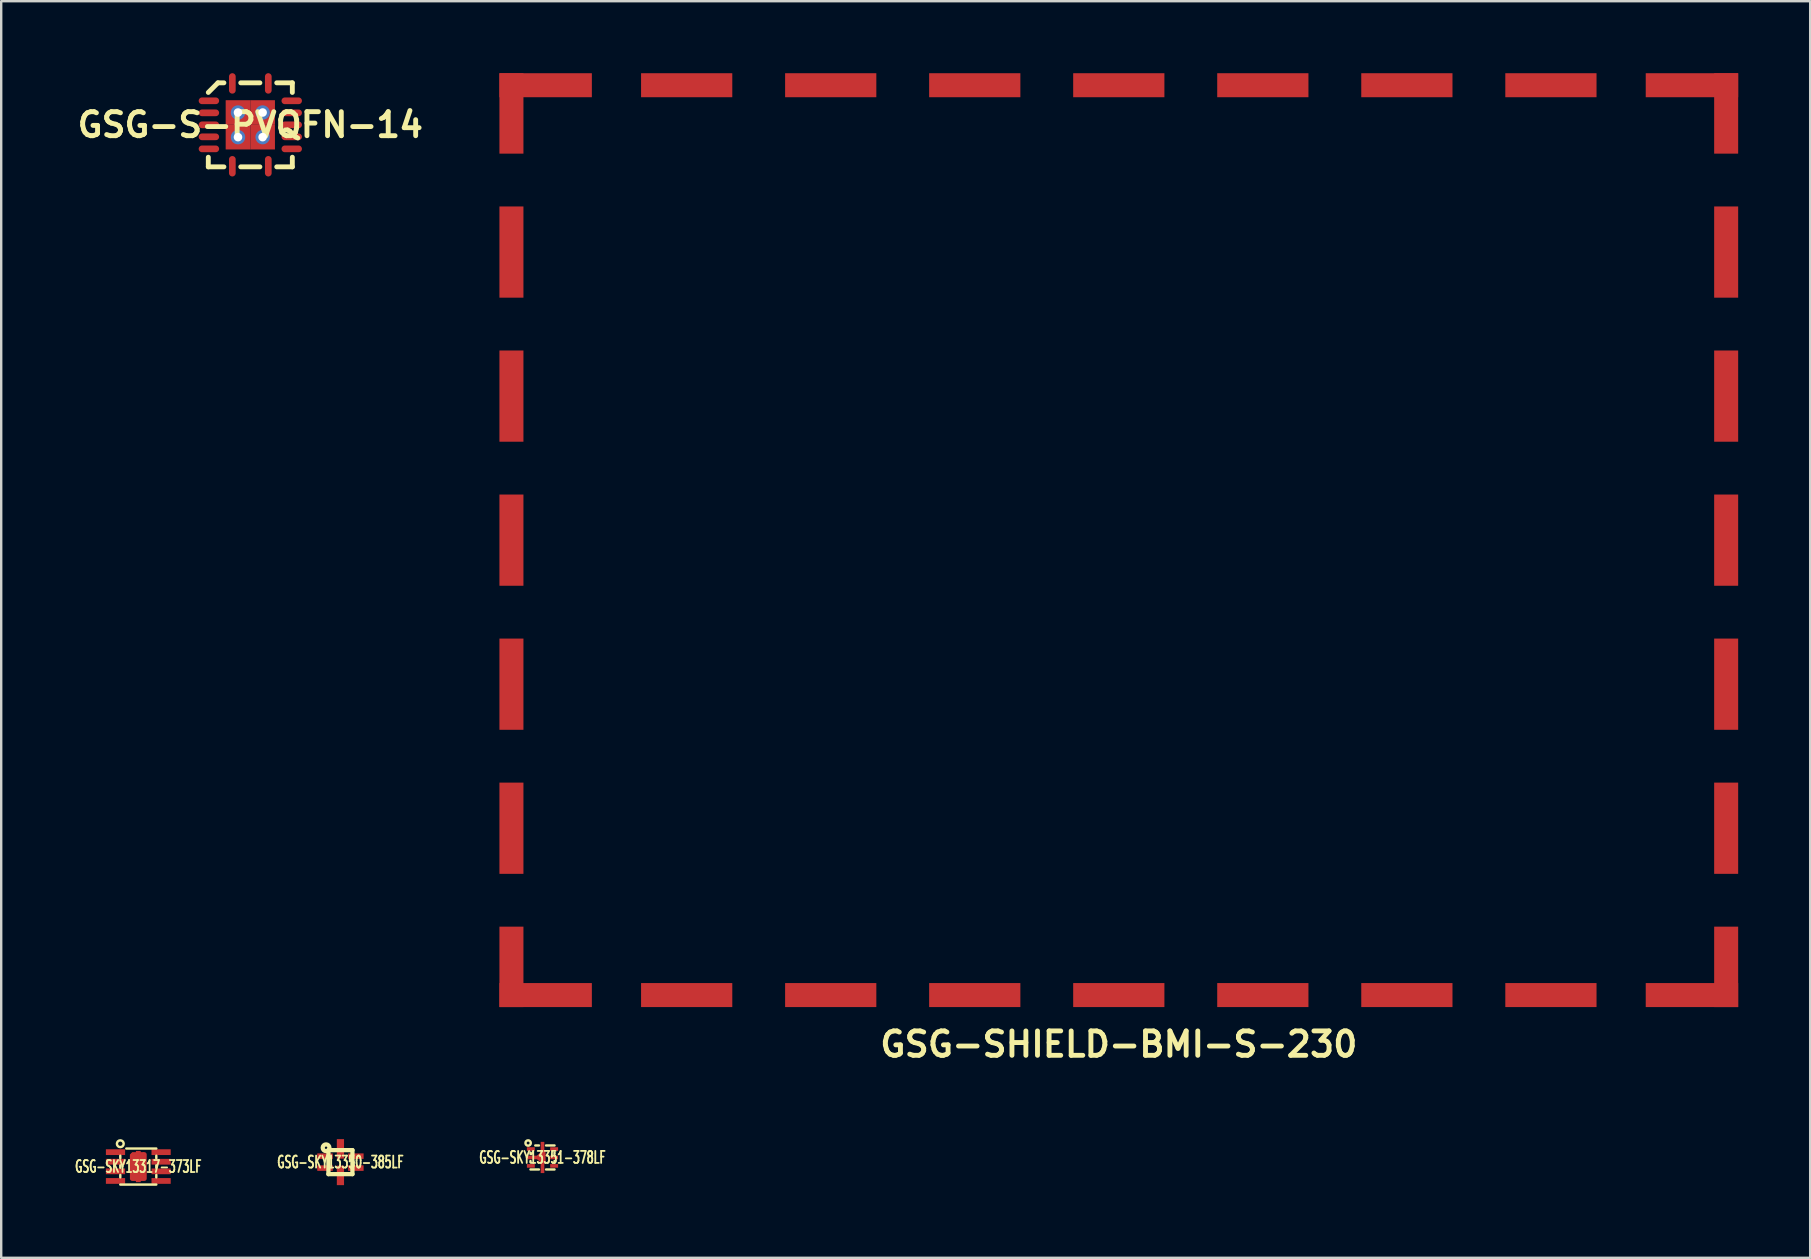
<source format=kicad_pcb>
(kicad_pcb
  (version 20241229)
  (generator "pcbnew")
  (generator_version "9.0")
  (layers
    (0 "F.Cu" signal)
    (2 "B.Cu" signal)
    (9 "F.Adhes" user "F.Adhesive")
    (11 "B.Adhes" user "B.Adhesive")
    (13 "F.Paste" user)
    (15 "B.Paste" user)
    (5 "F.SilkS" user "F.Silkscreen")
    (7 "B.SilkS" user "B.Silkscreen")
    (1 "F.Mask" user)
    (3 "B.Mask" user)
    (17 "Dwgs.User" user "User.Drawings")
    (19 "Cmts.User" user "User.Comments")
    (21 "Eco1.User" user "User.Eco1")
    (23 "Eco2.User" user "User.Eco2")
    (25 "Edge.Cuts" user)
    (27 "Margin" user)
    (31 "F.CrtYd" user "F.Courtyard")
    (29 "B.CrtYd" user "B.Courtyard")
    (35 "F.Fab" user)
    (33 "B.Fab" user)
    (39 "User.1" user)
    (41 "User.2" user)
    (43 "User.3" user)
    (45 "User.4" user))
  (footprint "GSG-SKY13351-378LF"
    (layer "F.Cu")
    (at 19.548 45.165)
    (property "Reference" "GSG-SKY13351-378LF" (at 0 0 0) (layer "F.SilkS") (effects (font (size 0.5 0.3) (thickness 0.076))))
    (attr through_hole)
    (fp_line (start -0.5 -0.201) (end -0.5 -0.15) (stroke (width 0.102) (type solid)) (layer "F.SilkS"))
    (fp_line (start -0.5 0.15) (end -0.5 0.201) (stroke (width 0.102) (type solid)) (layer "F.SilkS"))
    (fp_line (start -0.5 0.5) (end -0.15 0.5) (stroke (width 0.102) (type solid)) (layer "F.SilkS"))
    (fp_line (start -0.15 -0.5) (end -0.3 -0.5) (stroke (width 0.102) (type solid)) (layer "F.SilkS"))
    (fp_line (start 0.15 0.5) (end 0.5 0.5) (stroke (width 0.102) (type solid)) (layer "F.SilkS"))
    (fp_line (start 0.5 -0.5) (end 0.15 -0.5) (stroke (width 0.102) (type solid)) (layer "F.SilkS"))
    (fp_line (start 0.5 -0.15) (end 0.5 -0.201) (stroke (width 0.102) (type solid)) (layer "F.SilkS"))
    (fp_line (start 0.5 0.201) (end 0.5 0.15) (stroke (width 0.102) (type solid)) (layer "F.SilkS"))
    (fp_circle (center -0.599 -0.602) (end -0.5 -0.551) (stroke (width 0.102) (type solid)) (fill no) (layer "F.SilkS"))
    (pad "1" smd rect (at -0.485 -0.351) (size 0.33 0.152) (layers "F.Cu" "F.Mask" "F.Paste"))
    (pad "2" smd rect (at -0.325 0) (size 0.65 0.152) (layers "F.Cu" "F.Mask" "F.Paste"))
    (pad "2" smd oval (at -0.109 -0.089 315) (size 0.15 0.399) (layers "F.Cu" "F.Mask" "F.Paste"))
    (pad "2" smd oval (at -0.099 0.089 45) (size 0.15 0.399) (layers "F.Cu" "F.Mask" "F.Paste"))
    (pad "2" smd rect (at 0 0) (size 0.152 1.3) (layers "F.Cu" "F.Mask" "F.Paste"))
    (pad "2" smd oval (at 0.066 0) (size 0.13 0.5) (layers "F.Cu" "F.Mask" "F.Paste"))
    (pad "3" smd rect (at -0.485 0.351) (size 0.33 0.152) (layers "F.Cu" "F.Mask" "F.Paste"))
    (pad "4" smd rect (at 0.485 0.351) (size 0.33 0.152) (layers "F.Cu" "F.Mask" "F.Paste"))
    (pad "5" smd rect (at 0.485 0) (size 0.33 0.152) (layers "F.Cu" "F.Mask" "F.Paste"))
    (pad "6" smd rect (at 0.485 -0.351) (size 0.33 0.152) (layers "F.Cu" "F.Mask" "F.Paste")))
  (footprint "GSG-SKY13317-373LF"
    (layer "F.Cu")
    (at 2.711 45.543)
    (property "Reference" "GSG-SKY13317-373LF" (at 0 0 0) (layer "F.SilkS") (effects (font (size 0.5 0.3) (thickness 0.076))))
    (attr through_hole)
    (fp_line (start -0.75 -0.35) (end -0.75 -0.45) (stroke (width 0.102) (type solid)) (layer "F.SilkS"))
    (fp_line (start -0.75 0.05) (end -0.75 -0.05) (stroke (width 0.102) (type solid)) (layer "F.SilkS"))
    (fp_line (start -0.75 0.45) (end -0.75 0.35) (stroke (width 0.102) (type solid)) (layer "F.SilkS"))
    (fp_line (start -0.75 0.75) (end 0.75 0.75) (stroke (width 0.102) (type solid)) (layer "F.SilkS"))
    (fp_line (start 0.75 -0.75) (end -0.5 -0.75) (stroke (width 0.102) (type solid)) (layer "F.SilkS"))
    (fp_line (start 0.75 -0.45) (end 0.75 -0.35) (stroke (width 0.102) (type solid)) (layer "F.SilkS"))
    (fp_line (start 0.75 -0.05) (end 0.75 0.05) (stroke (width 0.102) (type solid)) (layer "F.SilkS"))
    (fp_line (start 0.75 0.35) (end 0.75 0.45) (stroke (width 0.102) (type solid)) (layer "F.SilkS"))
    (fp_circle (center -0.75 -0.95) (end -0.65 -0.85) (stroke (width 0.102) (type solid)) (fill no) (layer "F.SilkS"))
    (pad "0" smd rect (at -0.25 -0.425) (size 0.2 0.15) (layers "F.Cu" "F.Mask"))
    (pad "0" smd oval (at -0.25 0.05) (size 0.2 1.1) (layers "F.Cu" "F.Mask"))
    (pad "0" smd rect (at -0.24 -0.49 315) (size 0.171 0.142) (layers "F.Cu" "F.Mask"))
    (pad "0" smd rect (at 0 0) (size 0.2 1.3) (layers "F.Cu" "F.Mask"))
    (pad "0" smd rect (at 0 0) (size 0.5 1.2) (layers "F.Cu" "F.Mask"))
    (pad "0" smd rect (at 0 0) (size 0.6 1.1) (layers "F.Cu" "F.Paste"))
    (pad "0" smd oval (at 0.25 0) (size 0.2 1.2) (layers "F.Cu" "F.Mask"))
    (pad "1" smd rect (at -0.95 -0.6) (size 0.8 0.24) (layers "F.Cu" "F.Mask" "F.Paste"))
    (pad "2" smd rect (at -0.95 -0.2) (size 0.8 0.24) (layers "F.Cu" "F.Mask" "F.Paste"))
    (pad "3" smd rect (at -0.95 0.2) (size 0.8 0.24) (layers "F.Cu" "F.Mask" "F.Paste"))
    (pad "4" smd rect (at -0.95 0.6) (size 0.8 0.24) (layers "F.Cu" "F.Mask" "F.Paste"))
    (pad "5" smd rect (at 0.95 0.6) (size 0.8 0.24) (layers "F.Cu" "F.Mask" "F.Paste"))
    (pad "6" smd rect (at 0.95 0.2) (size 0.8 0.24) (layers "F.Cu" "F.Mask" "F.Paste"))
    (pad "7" smd rect (at 0.95 -0.2) (size 0.8 0.24) (layers "F.Cu" "F.Mask" "F.Paste"))
    (pad "8" smd rect (at 0.95 -0.6) (size 0.8 0.24) (layers "F.Cu" "F.Mask" "F.Paste")))
  (footprint "GSG-SHIELD-BMI-S-230"
    (layer "F.Cu")
    (at 43.554 19.45)
    (property "Reference" "GSG-SHIELD-BMI-S-230" (at 0 21 0) (layer "F.SilkS") (effects (font (size 1.016 1.016) (thickness 0.203))))
    (attr through_hole)
    (pad "0" smd rect (at -25.3 -17.775 90) (size 3.35 1) (layers "F.Cu" "F.Mask"))
    (pad "0" smd rect (at -25.3 -12 90) (size 3.8 1) (layers "F.Cu" "F.Mask"))
    (pad "0" smd rect (at -25.3 -6 90) (size 3.8 1) (layers "F.Cu" "F.Mask"))
    (pad "0" smd rect (at -25.3 0 90) (size 3.8 1) (layers "F.Cu" "F.Mask"))
    (pad "0" smd rect (at -25.3 6 90) (size 3.8 1) (layers "F.Cu" "F.Mask"))
    (pad "0" smd rect (at -25.3 12 90) (size 3.8 1) (layers "F.Cu" "F.Mask"))
    (pad "0" smd rect (at -25.3 17.775 90) (size 3.35 1) (layers "F.Cu" "F.Mask"))
    (pad "0" smd rect (at -23.875 -18.95) (size 3.85 1) (layers "F.Cu" "F.Mask"))
    (pad "0" smd rect (at -23.875 18.95) (size 3.85 1) (layers "F.Cu" "F.Mask"))
    (pad "0" smd rect (at -18 -18.95) (size 3.8 1) (layers "F.Cu" "F.Mask"))
    (pad "0" smd rect (at -18 18.95) (size 3.8 1) (layers "F.Cu" "F.Mask"))
    (pad "0" smd rect (at -12 -18.95) (size 3.8 1) (layers "F.Cu" "F.Mask"))
    (pad "0" smd rect (at -12 18.95) (size 3.8 1) (layers "F.Cu" "F.Mask"))
    (pad "0" smd rect (at -6 -18.95) (size 3.8 1) (layers "F.Cu" "F.Mask"))
    (pad "0" smd rect (at -6 18.95) (size 3.8 1) (layers "F.Cu" "F.Mask"))
    (pad "0" smd rect (at 0 -18.95) (size 3.8 1) (layers "F.Cu" "F.Mask"))
    (pad "0" smd rect (at 0 18.95) (size 3.8 1) (layers "F.Cu" "F.Mask"))
    (pad "0" smd rect (at 6 -18.95) (size 3.8 1) (layers "F.Cu" "F.Mask"))
    (pad "0" smd rect (at 6 18.95) (size 3.8 1) (layers "F.Cu" "F.Mask"))
    (pad "0" smd rect (at 12 -18.95) (size 3.8 1) (layers "F.Cu" "F.Mask"))
    (pad "0" smd rect (at 12 18.95) (size 3.8 1) (layers "F.Cu" "F.Mask"))
    (pad "0" smd rect (at 18 -18.95) (size 3.8 1) (layers "F.Cu" "F.Mask"))
    (pad "0" smd rect (at 18 18.95) (size 3.8 1) (layers "F.Cu" "F.Mask"))
    (pad "0" smd rect (at 23.875 -18.95) (size 3.85 1) (layers "F.Cu" "F.Mask"))
    (pad "0" smd rect (at 23.875 18.95) (size 3.85 1) (layers "F.Cu" "F.Mask"))
    (pad "0" smd rect (at 25.3 -17.775 90) (size 3.35 1) (layers "F.Cu" "F.Mask"))
    (pad "0" smd rect (at 25.3 -12 90) (size 3.8 1) (layers "F.Cu" "F.Mask"))
    (pad "0" smd rect (at 25.3 -6 90) (size 3.8 1) (layers "F.Cu" "F.Mask"))
    (pad "0" smd rect (at 25.3 0 90) (size 3.8 1) (layers "F.Cu" "F.Mask"))
    (pad "0" smd rect (at 25.3 6 90) (size 3.8 1) (layers "F.Cu" "F.Mask"))
    (pad "0" smd rect (at 25.3 12 90) (size 3.8 1) (layers "F.Cu" "F.Mask"))
    (pad "0" smd rect (at 25.3 17.775 90) (size 3.35 1) (layers "F.Cu" "F.Mask")))
  (footprint "GSG-SKY13350-385LF"
    (layer "F.Cu")
    (at 11.131 45.359)
    (property "Reference" "GSG-SKY13350-385LF" (at 0 0 0) (layer "F.SilkS") (effects (font (size 0.5 0.3) (thickness 0.076))))
    (attr through_hole)
    (fp_line (start -0.5 -0.5) (end 0.5 -0.5) (stroke (width 0.178) (type solid)) (layer "F.SilkS"))
    (fp_line (start -0.5 0.5) (end -0.5 -0.5) (stroke (width 0.178) (type solid)) (layer "F.SilkS"))
    (fp_line (start 0.5 -0.5) (end 0.5 0.5) (stroke (width 0.178) (type solid)) (layer "F.SilkS"))
    (fp_line (start 0.5 0.5) (end -0.5 0.5) (stroke (width 0.178) (type solid)) (layer "F.SilkS"))
    (fp_circle (center -0.599 -0.599) (end -0.5 -0.5) (stroke (width 0.178) (type solid)) (fill no) (layer "F.SilkS"))
    (pad "1" smd rect (at -0.643 -0.249) (size 0.645 0.23) (layers "F.Cu" "F.Mask" "F.Paste"))
    (pad "2" smd rect (at -0.643 0.249) (size 0.645 0.23) (layers "F.Cu" "F.Mask" "F.Paste"))
    (pad "3" smd rect (at 0 0.552) (size 0.3 0.813) (layers "F.Cu" "F.Mask" "F.Paste"))
    (pad "4" smd rect (at 0.643 0.249) (size 0.645 0.23) (layers "F.Cu" "F.Mask" "F.Paste"))
    (pad "5" smd rect (at 0.643 -0.249) (size 0.645 0.23) (layers "F.Cu" "F.Mask" "F.Paste"))
    (pad "6" smd rect (at 0 -0.552) (size 0.3 0.813) (layers "F.Cu" "F.Mask" "F.Paste")))
  (footprint "GSG-S-PVQFN-14"
    (layer "F.Cu")
    (at 7.377 2.15)
    (property "Reference" "GSG-S-PVQFN-14" (at 0 0 0) (layer "F.SilkS") (effects (font (size 1.001 1.001) (thickness 0.203))))
    (attr through_hole)
    (fp_line (start -1.75 -1.349) (end -1.349 -1.75) (stroke (width 0.203) (type solid)) (layer "F.SilkS"))
    (fp_line (start -1.75 1.75) (end -1.75 1.349) (stroke (width 0.203) (type solid)) (layer "F.SilkS"))
    (fp_line (start -1.75 1.75) (end -1.1 1.75) (stroke (width 0.203) (type solid)) (layer "F.SilkS"))
    (fp_line (start -1.349 -1.75) (end -1.1 -1.75) (stroke (width 0.203) (type solid)) (layer "F.SilkS"))
    (fp_line (start -0.399 -1.75) (end 0.399 -1.75) (stroke (width 0.203) (type solid)) (layer "F.SilkS"))
    (fp_line (start -0.399 1.75) (end 0.399 1.75) (stroke (width 0.203) (type solid)) (layer "F.SilkS"))
    (fp_line (start 1.75 -1.75) (end 1.1 -1.75) (stroke (width 0.203) (type solid)) (layer "F.SilkS"))
    (fp_line (start 1.75 -1.75) (end 1.75 -1.349) (stroke (width 0.203) (type solid)) (layer "F.SilkS"))
    (fp_line (start 1.75 1.75) (end 1.1 1.75) (stroke (width 0.203) (type solid)) (layer "F.SilkS"))
    (fp_line (start 1.75 1.75) (end 1.75 1.349) (stroke (width 0.203) (type solid)) (layer "F.SilkS"))
    (pad "0" thru_hole circle (at -0.513 -0.513) (size 0.599 0.599) (drill 0.356) (layers "*.Cu" "B.Mask"))
    (pad "0" smd rect (at -0.513 -0.513) (size 1.026 1.026) (layers "F.Cu" "F.Mask" "F.Paste"))
    (pad "0" thru_hole circle (at -0.513 0.513) (size 0.599 0.599) (drill 0.356) (layers "*.Cu" "B.Mask"))
    (pad "0" smd rect (at -0.513 0.513) (size 1.026 1.026) (layers "F.Cu" "F.Mask" "F.Paste"))
    (pad "0" thru_hole circle (at 0.513 -0.513) (size 0.599 0.599) (drill 0.356) (layers "*.Cu" "B.Mask"))
    (pad "0" smd rect (at 0.513 -0.513) (size 1.026 1.026) (layers "F.Cu" "F.Mask" "F.Paste"))
    (pad "0" thru_hole circle (at 0.513 0.513) (size 0.599 0.599) (drill 0.356) (layers "*.Cu" "B.Mask"))
    (pad "0" smd rect (at 0.513 0.513) (size 1.026 1.026) (layers "F.Cu" "F.Mask" "F.Paste"))
    (pad "1" smd oval (at -0.749 -1.725 90) (size 0.851 0.279) (layers "F.Cu" "F.Mask" "F.Paste"))
    (pad "2" smd oval (at -1.725 -1.001) (size 0.851 0.279) (layers "F.Cu" "F.Mask" "F.Paste"))
    (pad "3" smd oval (at -1.725 -0.5) (size 0.851 0.279) (layers "F.Cu" "F.Mask" "F.Paste"))
    (pad "4" smd oval (at -1.725 0) (size 0.851 0.279) (layers "F.Cu" "F.Mask" "F.Paste"))
    (pad "5" smd oval (at -1.725 0.5) (size 0.851 0.279) (layers "F.Cu" "F.Mask" "F.Paste"))
    (pad "6" smd oval (at -1.725 1.001) (size 0.851 0.279) (layers "F.Cu" "F.Mask" "F.Paste"))
    (pad "7" smd oval (at -0.749 1.725 90) (size 0.851 0.279) (layers "F.Cu" "F.Mask" "F.Paste"))
    (pad "8" smd oval (at 0.749 1.725 90) (size 0.851 0.279) (layers "F.Cu" "F.Mask" "F.Paste"))
    (pad "9" smd oval (at 1.725 1.001) (size 0.851 0.279) (layers "F.Cu" "F.Mask" "F.Paste"))
    (pad "10" smd oval (at 1.725 0.5) (size 0.851 0.279) (layers "F.Cu" "F.Mask" "F.Paste"))
    (pad "11" smd oval (at 1.725 0) (size 0.851 0.279) (layers "F.Cu" "F.Mask" "F.Paste"))
    (pad "12" smd oval (at 1.725 -0.5) (size 0.851 0.279) (layers "F.Cu" "F.Mask" "F.Paste"))
    (pad "13" smd oval (at 1.725 -1.001) (size 0.851 0.279) (layers "F.Cu" "F.Mask" "F.Paste"))
    (pad "14" smd oval (at 0.749 -1.725 90) (size 0.851 0.279) (layers "F.Cu" "F.Mask" "F.Paste")))
  (gr_rect
    (start -3 -3)
    (end 72.354 49.344)
    (stroke (width 0.1) (type default))
    (fill no)
    (layer "Edge.Cuts")))
</source>
